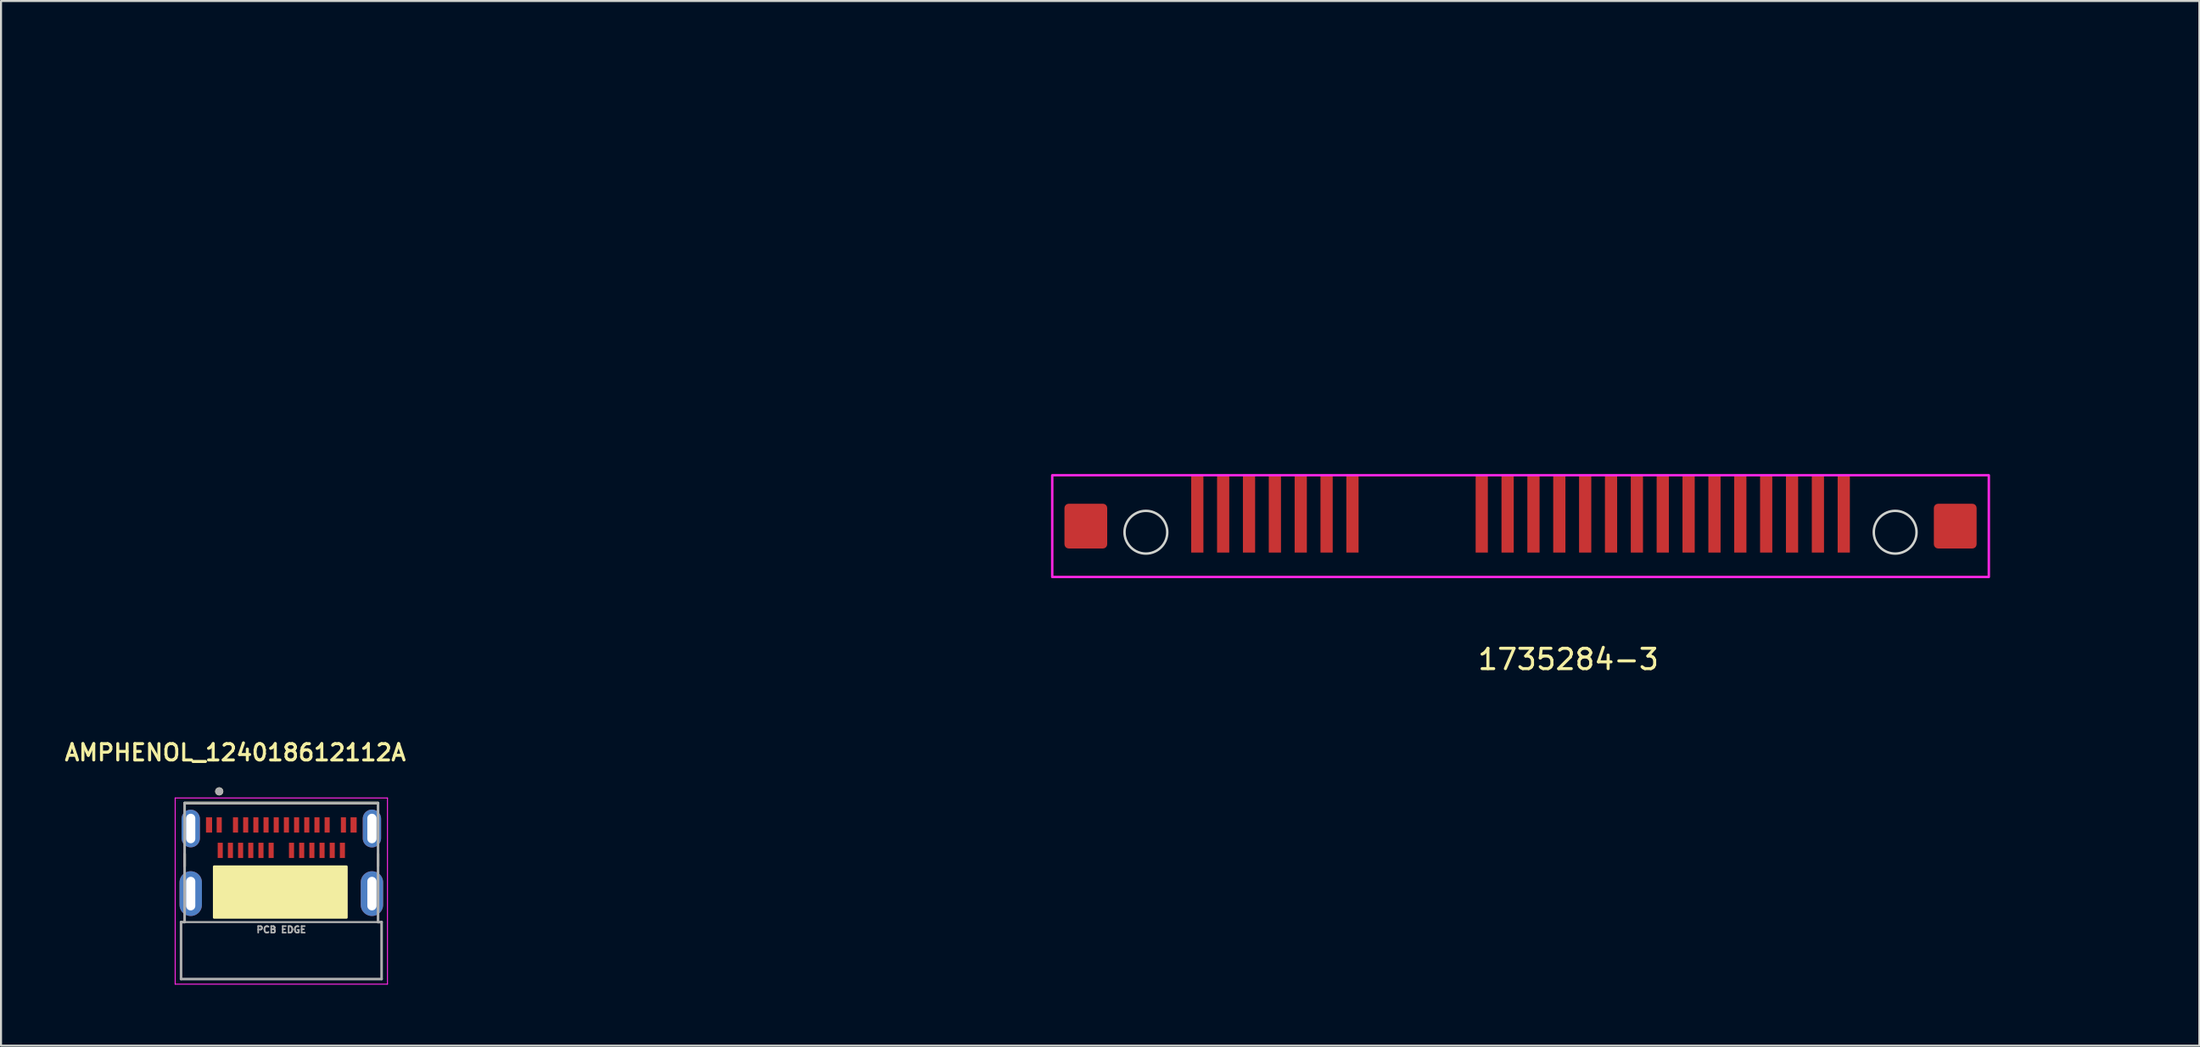
<source format=kicad_pcb>
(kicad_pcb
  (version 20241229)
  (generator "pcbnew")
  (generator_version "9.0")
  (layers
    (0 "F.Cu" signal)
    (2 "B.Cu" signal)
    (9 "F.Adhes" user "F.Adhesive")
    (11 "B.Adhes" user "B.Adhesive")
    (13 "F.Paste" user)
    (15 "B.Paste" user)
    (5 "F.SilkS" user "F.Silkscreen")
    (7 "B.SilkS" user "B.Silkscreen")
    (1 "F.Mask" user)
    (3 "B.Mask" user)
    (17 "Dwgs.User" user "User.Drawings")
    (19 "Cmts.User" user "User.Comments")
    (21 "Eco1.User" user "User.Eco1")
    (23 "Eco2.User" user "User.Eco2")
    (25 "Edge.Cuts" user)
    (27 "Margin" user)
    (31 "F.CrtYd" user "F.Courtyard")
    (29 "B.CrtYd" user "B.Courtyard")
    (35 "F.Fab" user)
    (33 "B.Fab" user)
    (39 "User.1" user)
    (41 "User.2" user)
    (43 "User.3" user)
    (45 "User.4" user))
  (footprint "1735284-3"
    (layer "F.Cu")
    (at 71.63 21.96)
    (property "Reference" "1735284-3" (at 2.35 7.4 0) (unlocked yes) (layer "F.SilkS") (effects (font (size 1 1) (thickness 0.15))))
    (attr smd)
    (fp_circle (center -18.4 1.15) (end -17.35 1.15) (stroke (width 0.12) (type default)) (fill no) (layer "Edge.Cuts"))
    (fp_circle (center 18.4 1.15) (end 19.45 1.15) (stroke (width 0.12) (type default)) (fill no) (layer "Edge.Cuts"))
    (fp_rect (start -23 -1.65) (end 23 3.35) (stroke (width 0.12) (type default)) (fill no) (layer "F.CrtYd"))
    (fp_line (start -16.85 0) (end 16.85 0) (stroke (width 0.12) (type default)) (layer "User.1"))
    (fp_rect (start -71.57 -21.9) (end 30.28 3.5) (stroke (width 0.12) (type default)) (fill no) (layer "User.1"))
    (fp_text user "DATUM" (at 23.3 0 0) (unlocked yes) (layer "User.1") (effects (font (size 1 1) (thickness 0.15)) (justify left bottom)))
    (pad "0" smd roundrect (at -21.35 0.85) (size 2.1 2.2) (layers "F.Cu" "F.Mask" "F.Paste") (roundrect_rratio 0.1))
    (pad "0" smd roundrect (at 21.35 0.85) (size 2.1 2.2) (layers "F.Cu" "F.Mask" "F.Paste") (roundrect_rratio 0.1))
    (pad "P1" smd rect (at -1.905 0.25) (size 0.6 3.8) (layers "F.Cu" "F.Mask" "F.Paste"))
    (pad "P2" smd rect (at -0.635 0.25) (size 0.6 3.8) (layers "F.Cu" "F.Mask" "F.Paste"))
    (pad "P3" smd rect (at 0.635 0.25) (size 0.6 3.8) (layers "F.Cu" "F.Mask" "F.Paste"))
    (pad "P4" smd rect (at 1.905 0.25) (size 0.6 3.8) (layers "F.Cu" "F.Mask" "F.Paste"))
    (pad "P5" smd rect (at 3.175 0.25) (size 0.6 3.8) (layers "F.Cu" "F.Mask" "F.Paste"))
    (pad "P6" smd rect (at 4.445 0.25) (size 0.6 3.8) (layers "F.Cu" "F.Mask" "F.Paste"))
    (pad "P7" smd rect (at 5.715 0.25) (size 0.6 3.8) (layers "F.Cu" "F.Mask" "F.Paste"))
    (pad "P8" smd rect (at 6.985 0.25) (size 0.6 3.8) (layers "F.Cu" "F.Mask" "F.Paste"))
    (pad "P9" smd rect (at 8.255 0.25) (size 0.6 3.8) (layers "F.Cu" "F.Mask" "F.Paste"))
    (pad "P10" smd rect (at 9.525 0.25) (size 0.6 3.8) (layers "F.Cu" "F.Mask" "F.Paste"))
    (pad "P11" smd rect (at 10.795 0.25) (size 0.6 3.8) (layers "F.Cu" "F.Mask" "F.Paste"))
    (pad "P12" smd rect (at 12.065 0.25) (size 0.6 3.8) (layers "F.Cu" "F.Mask" "F.Paste"))
    (pad "P13" smd rect (at 13.335 0.25) (size 0.6 3.8) (layers "F.Cu" "F.Mask" "F.Paste"))
    (pad "P14" smd rect (at 14.605 0.25) (size 0.6 3.8) (layers "F.Cu" "F.Mask" "F.Paste"))
    (pad "P15" smd rect (at 15.875 0.25) (size 0.6 3.8) (layers "F.Cu" "F.Mask" "F.Paste"))
    (pad "S1" smd rect (at -15.875 0.25) (size 0.6 3.8) (layers "F.Cu" "F.Mask" "F.Paste"))
    (pad "S2" smd rect (at -14.605 0.25) (size 0.6 3.8) (layers "F.Cu" "F.Mask" "F.Paste"))
    (pad "S3" smd rect (at -13.335 0.25) (size 0.6 3.8) (layers "F.Cu" "F.Mask" "F.Paste"))
    (pad "S4" smd rect (at -12.065 0.25) (size 0.6 3.8) (layers "F.Cu" "F.Mask" "F.Paste"))
    (pad "S5" smd rect (at -10.795 0.25) (size 0.6 3.8) (layers "F.Cu" "F.Mask" "F.Paste"))
    (pad "S6" smd rect (at -9.525 0.25) (size 0.6 3.8) (layers "F.Cu" "F.Mask" "F.Paste"))
    (pad "S7" smd rect (at -8.255 0.25) (size 0.6 3.8) (layers "F.Cu" "F.Mask" "F.Paste")))
  (footprint "AMPHENOL_124018612112A"
    (layer "F.Cu")
    (at 10.767 38.748)
    (property "Reference" "AMPHENOL_124018612112A" (at -2.26 -4.808 0) (layer "F.SilkS") (effects (font (size 0.8 0.8) (thickness 0.15))))
    (attr smd)
    (fp_line (start -4.75 -2.325) (end 4.75 -2.325) (stroke (width 0.127) (type solid)) (layer "F.SilkS"))
    (fp_line (start -4.75 0.78) (end -4.75 0.17) (stroke (width 0.127) (type solid)) (layer "F.SilkS"))
    (fp_line (start 4.75 0.17) (end 4.75 0.78) (stroke (width 0.127) (type solid)) (layer "F.SilkS"))
    (fp_rect (start -3.3 0.8) (end 3.2 3.3) (stroke (width 0.12) (type solid)) (fill yes) (layer "F.SilkS"))
    (fp_circle (center -3.05 -2.9) (end -2.95 -2.9) (stroke (width 0.2) (type solid)) (fill no) (layer "F.SilkS"))
    (fp_line (start -5.213 -2.575) (end 5.213 -2.575) (stroke (width 0.05) (type solid)) (layer "F.CrtYd"))
    (fp_line (start -5.213 6.575) (end -5.213 -2.575) (stroke (width 0.05) (type solid)) (layer "F.CrtYd"))
    (fp_line (start 5.213 -2.575) (end 5.213 6.575) (stroke (width 0.05) (type solid)) (layer "F.CrtYd"))
    (fp_line (start 5.213 6.575) (end -5.213 6.575) (stroke (width 0.05) (type solid)) (layer "F.CrtYd"))
    (fp_line (start -4.925 3.525) (end -4.75 3.525) (stroke (width 0.127) (type solid)) (layer "F.Fab"))
    (fp_line (start -4.925 6.325) (end -4.925 3.525) (stroke (width 0.127) (type solid)) (layer "F.Fab"))
    (fp_line (start -4.75 -2.325) (end 4.75 -2.325) (stroke (width 0.127) (type solid)) (layer "F.Fab"))
    (fp_line (start -4.75 3.525) (end -4.75 -2.325) (stroke (width 0.127) (type solid)) (layer "F.Fab"))
    (fp_line (start 4.75 -2.325) (end 4.75 3.525) (stroke (width 0.127) (type solid)) (layer "F.Fab"))
    (fp_line (start 4.75 3.525) (end -4.75 3.525) (stroke (width 0.1) (type solid)) (layer "F.Fab"))
    (fp_line (start 4.925 3.525) (end 4.75 3.525) (stroke (width 0.127) (type solid)) (layer "F.Fab"))
    (fp_line (start 4.925 3.525) (end 4.925 6.325) (stroke (width 0.127) (type solid)) (layer "F.Fab"))
    (fp_line (start 4.925 6.325) (end -4.925 6.325) (stroke (width 0.127) (type solid)) (layer "F.Fab"))
    (fp_circle (center -3.05 -2.9) (end -2.95 -2.9) (stroke (width 0.2) (type solid)) (fill no) (layer "F.Fab"))
    (fp_text user "PCB EDGE" (at 0 3.9 0) (layer "F.Fab") (effects (font (size 0.32 0.32) (thickness 0.15))))
    (pad "A1" smd rect (at -3.05 -1.25) (size 0.25 0.75) (layers "F.Cu" "F.Mask" "F.Paste"))
    (pad "A2" smd rect (at -2.25 -1.25) (size 0.25 0.75) (layers "F.Cu" "F.Mask" "F.Paste"))
    (pad "A3" smd rect (at -1.75 -1.25) (size 0.25 0.75) (layers "F.Cu" "F.Mask" "F.Paste"))
    (pad "A4" smd rect (at -1.25 -1.25) (size 0.25 0.75) (layers "F.Cu" "F.Mask" "F.Paste"))
    (pad "A5" smd rect (at -0.75 -1.25) (size 0.25 0.75) (layers "F.Cu" "F.Mask" "F.Paste"))
    (pad "A6" smd rect (at -0.25 -1.25) (size 0.25 0.75) (layers "F.Cu" "F.Mask" "F.Paste"))
    (pad "A7" smd rect (at 0.25 -1.25) (size 0.25 0.75) (layers "F.Cu" "F.Mask" "F.Paste"))
    (pad "A8" smd rect (at 0.75 -1.25) (size 0.25 0.75) (layers "F.Cu" "F.Mask" "F.Paste"))
    (pad "A9" smd rect (at 1.25 -1.25) (size 0.25 0.75) (layers "F.Cu" "F.Mask" "F.Paste"))
    (pad "A10" smd rect (at 1.75 -1.25) (size 0.25 0.75) (layers "F.Cu" "F.Mask" "F.Paste"))
    (pad "A11" smd rect (at 2.25 -1.25) (size 0.25 0.75) (layers "F.Cu" "F.Mask" "F.Paste"))
    (pad "A12" smd rect (at 3.05 -1.25) (size 0.25 0.75) (layers "F.Cu" "F.Mask" "F.Paste"))
    (pad "B1" smd rect (at 3 0) (size 0.25 0.75) (layers "F.Cu" "F.Mask" "F.Paste"))
    (pad "B2" smd rect (at 2.5 0) (size 0.25 0.75) (layers "F.Cu" "F.Mask" "F.Paste"))
    (pad "B3" smd rect (at 2 0) (size 0.25 0.75) (layers "F.Cu" "F.Mask" "F.Paste"))
    (pad "B4" smd rect (at 1.5 0) (size 0.25 0.75) (layers "F.Cu" "F.Mask" "F.Paste"))
    (pad "B5" smd rect (at 1 0) (size 0.25 0.75) (layers "F.Cu" "F.Mask" "F.Paste"))
    (pad "B6" smd rect (at 0.5 0) (size 0.25 0.75) (layers "F.Cu" "F.Mask" "F.Paste"))
    (pad "B7" smd rect (at -0.5 0) (size 0.25 0.75) (layers "F.Cu" "F.Mask" "F.Paste"))
    (pad "B8" smd rect (at -1 0) (size 0.25 0.75) (layers "F.Cu" "F.Mask" "F.Paste"))
    (pad "B9" smd rect (at -1.5 0) (size 0.25 0.75) (layers "F.Cu" "F.Mask" "F.Paste"))
    (pad "B10" smd rect (at -2 0) (size 0.25 0.75) (layers "F.Cu" "F.Mask" "F.Paste"))
    (pad "B11" smd rect (at -2.5 0) (size 0.25 0.75) (layers "F.Cu" "F.Mask" "F.Paste"))
    (pad "B12" smd rect (at -3 0) (size 0.25 0.75) (layers "F.Cu" "F.Mask" "F.Paste"))
    (pad "S1" thru_hole oval (at -4.45 -1.075) (size 0.9 1.85) (drill oval 0.45 1.45) (layers "*.Cu" "*.Mask"))
    (pad "S1" thru_hole oval (at -4.45 2.125) (size 1.1 2.2) (drill oval 0.45 1.65) (layers "*.Cu" "*.Mask"))
    (pad "S1" smd rect (at -3.55 -1.25) (size 0.3 0.75) (layers "F.Cu" "F.Mask" "F.Paste"))
    (pad "S1" smd rect (at 3.55 -1.25) (size 0.3 0.75) (layers "F.Cu" "F.Mask" "F.Paste"))
    (pad "S1" thru_hole oval (at 4.45 -1.075) (size 0.9 1.86) (drill oval 0.45 1.45) (layers "*.Cu" "*.Mask"))
    (pad "S1" thru_hole oval (at 4.45 2.125) (size 1.1 2.2) (drill oval 0.45 1.65) (layers "*.Cu" "*.Mask")))
  (gr_rect
    (start -3 -3)
    (end 104.97 48.347)
    (stroke (width 0.1) (type default))
    (fill no)
    (layer "Edge.Cuts")))
</source>
